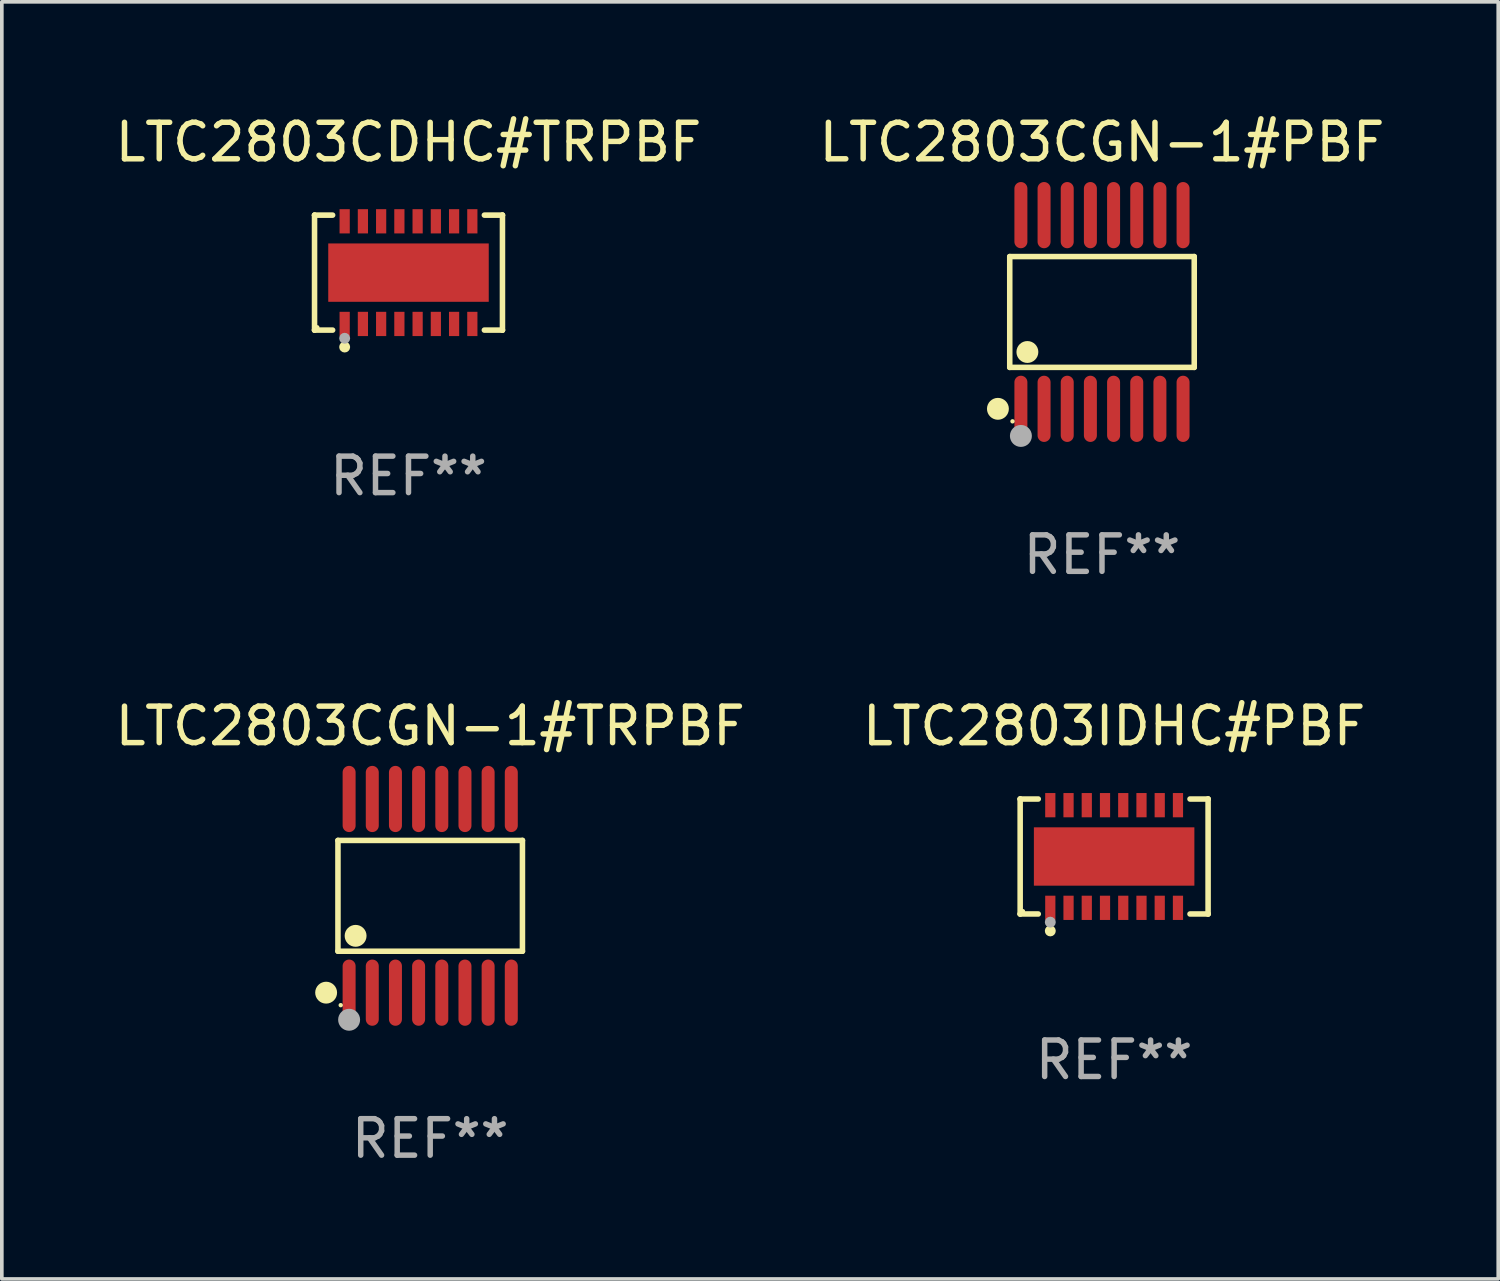
<source format=kicad_pcb>
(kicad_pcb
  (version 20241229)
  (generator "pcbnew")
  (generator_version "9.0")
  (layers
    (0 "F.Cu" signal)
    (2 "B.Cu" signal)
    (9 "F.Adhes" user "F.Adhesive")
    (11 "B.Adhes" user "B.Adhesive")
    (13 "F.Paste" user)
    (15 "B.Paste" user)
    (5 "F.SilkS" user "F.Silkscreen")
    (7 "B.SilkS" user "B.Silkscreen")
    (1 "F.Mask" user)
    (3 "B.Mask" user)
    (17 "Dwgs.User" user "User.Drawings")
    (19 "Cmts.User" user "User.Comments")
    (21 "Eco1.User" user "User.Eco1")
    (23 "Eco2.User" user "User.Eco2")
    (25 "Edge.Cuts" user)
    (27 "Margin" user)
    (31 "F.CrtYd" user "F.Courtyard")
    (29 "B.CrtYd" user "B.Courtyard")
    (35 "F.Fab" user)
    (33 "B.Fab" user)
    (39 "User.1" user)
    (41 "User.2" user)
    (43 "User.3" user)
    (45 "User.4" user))
  (footprint "LTC2803CGN-1#PBF"
    (layer "F.Cu")
    (at 27.161 5.503)
    (property "Reference" "LTC2803CGN-1#PBF" (at 0 -4.655 0) (layer "F.SilkS") (effects (font (size 1 1) (thickness 0.15))))
    (attr through_hole)
    (fp_line (start -2.529 -1.519) (end 2.529 -1.519) (stroke (width 0.152) (type solid)) (layer "F.SilkS"))
    (fp_line (start -2.529 1.519) (end -2.529 -1.519) (stroke (width 0.152) (type solid)) (layer "F.SilkS"))
    (fp_line (start 2.529 -1.519) (end 2.529 1.519) (stroke (width 0.152) (type solid)) (layer "F.SilkS"))
    (fp_line (start 2.529 1.519) (end -2.529 1.519) (stroke (width 0.152) (type solid)) (layer "F.SilkS"))
    (fp_circle (center -2.853 2.655) (end -2.703 2.655) (stroke (width 0.3) (type solid)) (fill no) (layer "F.SilkS"))
    (fp_circle (center -2.453 2.998) (end -2.423 2.998) (stroke (width 0.06) (type solid)) (fill no) (layer "F.SilkS"))
    (fp_circle (center -2.045 1.097) (end -1.895 1.097) (stroke (width 0.3) (type solid)) (fill no) (layer "F.SilkS"))
    (fp_circle (center -2.223 3.398) (end -2.072 3.398) (stroke (width 0.3) (type solid)) (fill no) (layer "F.Fab"))
    (fp_text user "REF**" (at 0 6.655 0) (layer "F.Fab") (effects (font (size 1 1) (thickness 0.15))))
    (pad "1" smd oval (at -2.223 2.655) (size 0.356 1.815) (layers "F.Cu" "F.Mask" "F.Paste"))
    (pad "2" smd oval (at -1.588 2.655) (size 0.356 1.815) (layers "F.Cu" "F.Mask" "F.Paste"))
    (pad "3" smd oval (at -0.953 2.655) (size 0.356 1.815) (layers "F.Cu" "F.Mask" "F.Paste"))
    (pad "4" smd oval (at -0.318 2.655) (size 0.356 1.815) (layers "F.Cu" "F.Mask" "F.Paste"))
    (pad "5" smd oval (at 0.318 2.655) (size 0.356 1.815) (layers "F.Cu" "F.Mask" "F.Paste"))
    (pad "6" smd oval (at 0.953 2.655) (size 0.356 1.815) (layers "F.Cu" "F.Mask" "F.Paste"))
    (pad "7" smd oval (at 1.588 2.655) (size 0.356 1.815) (layers "F.Cu" "F.Mask" "F.Paste"))
    (pad "8" smd oval (at 2.223 2.655) (size 0.356 1.815) (layers "F.Cu" "F.Mask" "F.Paste"))
    (pad "9" smd oval (at 2.223 -2.655) (size 0.356 1.815) (layers "F.Cu" "F.Mask" "F.Paste"))
    (pad "10" smd oval (at 1.588 -2.655) (size 0.356 1.815) (layers "F.Cu" "F.Mask" "F.Paste"))
    (pad "11" smd oval (at 0.953 -2.655) (size 0.356 1.815) (layers "F.Cu" "F.Mask" "F.Paste"))
    (pad "12" smd oval (at 0.318 -2.655) (size 0.356 1.815) (layers "F.Cu" "F.Mask" "F.Paste"))
    (pad "13" smd oval (at -0.318 -2.655) (size 0.356 1.815) (layers "F.Cu" "F.Mask" "F.Paste"))
    (pad "14" smd oval (at -0.953 -2.655) (size 0.356 1.815) (layers "F.Cu" "F.Mask" "F.Paste"))
    (pad "15" smd oval (at -1.588 -2.655) (size 0.356 1.815) (layers "F.Cu" "F.Mask" "F.Paste"))
    (pad "16" smd oval (at -2.223 -2.655) (size 0.356 1.815) (layers "F.Cu" "F.Mask" "F.Paste")))
  (footprint "LTC2803IDHC#PBF"
    (layer "F.Cu")
    (at 27.494 20.431)
    (property "Reference" "LTC2803IDHC#PBF" (at 0 -3.576 0) (layer "F.SilkS") (effects (font (size 1 1) (thickness 0.15))))
    (attr through_hole)
    (fp_line (start -2.576 -1.576) (end -2.576 -1.576) (stroke (width 0.152) (type solid)) (layer "F.SilkS"))
    (fp_line (start -2.576 -1.576) (end -2.08 -1.576) (stroke (width 0.152) (type solid)) (layer "F.SilkS"))
    (fp_line (start -2.576 1.576) (end -2.576 -1.576) (stroke (width 0.152) (type solid)) (layer "F.SilkS"))
    (fp_line (start -2.576 1.576) (end -2.576 1.576) (stroke (width 0.152) (type solid)) (layer "F.SilkS"))
    (fp_line (start -2.08 1.576) (end -2.576 1.576) (stroke (width 0.152) (type solid)) (layer "F.SilkS"))
    (fp_line (start 2.08 1.576) (end 2.576 1.576) (stroke (width 0.152) (type solid)) (layer "F.SilkS"))
    (fp_line (start 2.576 -1.576) (end 2.08 -1.576) (stroke (width 0.152) (type solid)) (layer "F.SilkS"))
    (fp_line (start 2.576 -1.576) (end 2.576 -1.576) (stroke (width 0.152) (type solid)) (layer "F.SilkS"))
    (fp_line (start 2.576 1.576) (end 2.576 -1.576) (stroke (width 0.152) (type solid)) (layer "F.SilkS"))
    (fp_line (start 2.576 1.576) (end 2.576 1.576) (stroke (width 0.152) (type solid)) (layer "F.SilkS"))
    (fp_circle (center -2.5 1.5) (end -2.47 1.5) (stroke (width 0.06) (type solid)) (fill no) (layer "F.SilkS"))
    (fp_circle (center -1.75 2.04) (end -1.675 2.04) (stroke (width 0.15) (type solid)) (fill no) (layer "F.SilkS"))
    (fp_circle (center -1.75 1.8) (end -1.675 1.8) (stroke (width 0.15) (type solid)) (fill no) (layer "F.Fab"))
    (fp_text user "REF**" (at 0 5.576 0) (layer "F.Fab") (effects (font (size 1 1) (thickness 0.15))))
    (pad "1" smd rect (at -1.75 1.407) (size 0.28 0.665) (layers "F.Cu" "F.Mask" "F.Paste"))
    (pad "2" smd rect (at -1.25 1.407) (size 0.28 0.665) (layers "F.Cu" "F.Mask" "F.Paste"))
    (pad "3" smd rect (at -0.75 1.407) (size 0.28 0.665) (layers "F.Cu" "F.Mask" "F.Paste"))
    (pad "4" smd rect (at -0.25 1.407) (size 0.28 0.665) (layers "F.Cu" "F.Mask" "F.Paste"))
    (pad "5" smd rect (at 0.25 1.407) (size 0.28 0.665) (layers "F.Cu" "F.Mask" "F.Paste"))
    (pad "6" smd rect (at 0.75 1.407) (size 0.28 0.665) (layers "F.Cu" "F.Mask" "F.Paste"))
    (pad "7" smd rect (at 1.25 1.407) (size 0.28 0.665) (layers "F.Cu" "F.Mask" "F.Paste"))
    (pad "8" smd rect (at 1.75 1.407) (size 0.28 0.665) (layers "F.Cu" "F.Mask" "F.Paste"))
    (pad "9" smd rect (at 1.75 -1.407) (size 0.28 0.665) (layers "F.Cu" "F.Mask" "F.Paste"))
    (pad "10" smd rect (at 1.25 -1.407) (size 0.28 0.665) (layers "F.Cu" "F.Mask" "F.Paste"))
    (pad "11" smd rect (at 0.75 -1.407) (size 0.28 0.665) (layers "F.Cu" "F.Mask" "F.Paste"))
    (pad "12" smd rect (at 0.25 -1.407) (size 0.28 0.665) (layers "F.Cu" "F.Mask" "F.Paste"))
    (pad "13" smd rect (at -0.25 -1.407) (size 0.28 0.665) (layers "F.Cu" "F.Mask" "F.Paste"))
    (pad "14" smd rect (at -0.75 -1.407) (size 0.28 0.665) (layers "F.Cu" "F.Mask" "F.Paste"))
    (pad "15" smd rect (at -1.25 -1.407) (size 0.28 0.665) (layers "F.Cu" "F.Mask" "F.Paste"))
    (pad "16" smd rect (at -1.75 -1.407) (size 0.28 0.665) (layers "F.Cu" "F.Mask" "F.Paste"))
    (pad "17" smd rect (at 0 0) (size 4.4 1.6) (layers "F.Cu" "F.Mask" "F.Paste")))
  (footprint "LTC2803CGN-1#TRPBF"
    (layer "F.Cu")
    (at 8.744 21.509)
    (property "Reference" "LTC2803CGN-1#TRPBF" (at 0 -4.655 0) (layer "F.SilkS") (effects (font (size 1 1) (thickness 0.15))))
    (attr through_hole)
    (fp_line (start -2.529 -1.519) (end 2.529 -1.519) (stroke (width 0.152) (type solid)) (layer "F.SilkS"))
    (fp_line (start -2.529 1.519) (end -2.529 -1.519) (stroke (width 0.152) (type solid)) (layer "F.SilkS"))
    (fp_line (start 2.529 -1.519) (end 2.529 1.519) (stroke (width 0.152) (type solid)) (layer "F.SilkS"))
    (fp_line (start 2.529 1.519) (end -2.529 1.519) (stroke (width 0.152) (type solid)) (layer "F.SilkS"))
    (fp_circle (center -2.853 2.655) (end -2.703 2.655) (stroke (width 0.3) (type solid)) (fill no) (layer "F.SilkS"))
    (fp_circle (center -2.453 2.998) (end -2.423 2.998) (stroke (width 0.06) (type solid)) (fill no) (layer "F.SilkS"))
    (fp_circle (center -2.045 1.097) (end -1.895 1.097) (stroke (width 0.3) (type solid)) (fill no) (layer "F.SilkS"))
    (fp_circle (center -2.223 3.398) (end -2.072 3.398) (stroke (width 0.3) (type solid)) (fill no) (layer "F.Fab"))
    (fp_text user "REF**" (at 0 6.655 0) (layer "F.Fab") (effects (font (size 1 1) (thickness 0.15))))
    (pad "1" smd oval (at -2.223 2.655) (size 0.356 1.815) (layers "F.Cu" "F.Mask" "F.Paste"))
    (pad "2" smd oval (at -1.588 2.655) (size 0.356 1.815) (layers "F.Cu" "F.Mask" "F.Paste"))
    (pad "3" smd oval (at -0.953 2.655) (size 0.356 1.815) (layers "F.Cu" "F.Mask" "F.Paste"))
    (pad "4" smd oval (at -0.318 2.655) (size 0.356 1.815) (layers "F.Cu" "F.Mask" "F.Paste"))
    (pad "5" smd oval (at 0.318 2.655) (size 0.356 1.815) (layers "F.Cu" "F.Mask" "F.Paste"))
    (pad "6" smd oval (at 0.953 2.655) (size 0.356 1.815) (layers "F.Cu" "F.Mask" "F.Paste"))
    (pad "7" smd oval (at 1.588 2.655) (size 0.356 1.815) (layers "F.Cu" "F.Mask" "F.Paste"))
    (pad "8" smd oval (at 2.223 2.655) (size 0.356 1.815) (layers "F.Cu" "F.Mask" "F.Paste"))
    (pad "9" smd oval (at 2.223 -2.655) (size 0.356 1.815) (layers "F.Cu" "F.Mask" "F.Paste"))
    (pad "10" smd oval (at 1.588 -2.655) (size 0.356 1.815) (layers "F.Cu" "F.Mask" "F.Paste"))
    (pad "11" smd oval (at 0.953 -2.655) (size 0.356 1.815) (layers "F.Cu" "F.Mask" "F.Paste"))
    (pad "12" smd oval (at 0.318 -2.655) (size 0.356 1.815) (layers "F.Cu" "F.Mask" "F.Paste"))
    (pad "13" smd oval (at -0.318 -2.655) (size 0.356 1.815) (layers "F.Cu" "F.Mask" "F.Paste"))
    (pad "14" smd oval (at -0.953 -2.655) (size 0.356 1.815) (layers "F.Cu" "F.Mask" "F.Paste"))
    (pad "15" smd oval (at -1.588 -2.655) (size 0.356 1.815) (layers "F.Cu" "F.Mask" "F.Paste"))
    (pad "16" smd oval (at -2.223 -2.655) (size 0.356 1.815) (layers "F.Cu" "F.Mask" "F.Paste")))
  (footprint "LTC2803CDHC#TRPBF"
    (layer "F.Cu")
    (at 8.149 4.424)
    (property "Reference" "LTC2803CDHC#TRPBF" (at 0 -3.576 0) (layer "F.SilkS") (effects (font (size 1 1) (thickness 0.15))))
    (attr through_hole)
    (fp_line (start -2.576 -1.576) (end -2.576 -1.576) (stroke (width 0.152) (type solid)) (layer "F.SilkS"))
    (fp_line (start -2.576 -1.576) (end -2.08 -1.576) (stroke (width 0.152) (type solid)) (layer "F.SilkS"))
    (fp_line (start -2.576 1.576) (end -2.576 -1.576) (stroke (width 0.152) (type solid)) (layer "F.SilkS"))
    (fp_line (start -2.576 1.576) (end -2.576 1.576) (stroke (width 0.152) (type solid)) (layer "F.SilkS"))
    (fp_line (start -2.08 1.576) (end -2.576 1.576) (stroke (width 0.152) (type solid)) (layer "F.SilkS"))
    (fp_line (start 2.08 1.576) (end 2.576 1.576) (stroke (width 0.152) (type solid)) (layer "F.SilkS"))
    (fp_line (start 2.576 -1.576) (end 2.08 -1.576) (stroke (width 0.152) (type solid)) (layer "F.SilkS"))
    (fp_line (start 2.576 -1.576) (end 2.576 -1.576) (stroke (width 0.152) (type solid)) (layer "F.SilkS"))
    (fp_line (start 2.576 1.576) (end 2.576 -1.576) (stroke (width 0.152) (type solid)) (layer "F.SilkS"))
    (fp_line (start 2.576 1.576) (end 2.576 1.576) (stroke (width 0.152) (type solid)) (layer "F.SilkS"))
    (fp_circle (center -2.5 1.5) (end -2.47 1.5) (stroke (width 0.06) (type solid)) (fill no) (layer "F.SilkS"))
    (fp_circle (center -1.75 2.04) (end -1.675 2.04) (stroke (width 0.15) (type solid)) (fill no) (layer "F.SilkS"))
    (fp_circle (center -1.75 1.8) (end -1.675 1.8) (stroke (width 0.15) (type solid)) (fill no) (layer "F.Fab"))
    (fp_text user "REF**" (at 0 5.576 0) (layer "F.Fab") (effects (font (size 1 1) (thickness 0.15))))
    (pad "1" smd rect (at -1.75 1.407) (size 0.28 0.665) (layers "F.Cu" "F.Mask" "F.Paste"))
    (pad "2" smd rect (at -1.25 1.407) (size 0.28 0.665) (layers "F.Cu" "F.Mask" "F.Paste"))
    (pad "3" smd rect (at -0.75 1.407) (size 0.28 0.665) (layers "F.Cu" "F.Mask" "F.Paste"))
    (pad "4" smd rect (at -0.25 1.407) (size 0.28 0.665) (layers "F.Cu" "F.Mask" "F.Paste"))
    (pad "5" smd rect (at 0.25 1.407) (size 0.28 0.665) (layers "F.Cu" "F.Mask" "F.Paste"))
    (pad "6" smd rect (at 0.75 1.407) (size 0.28 0.665) (layers "F.Cu" "F.Mask" "F.Paste"))
    (pad "7" smd rect (at 1.25 1.407) (size 0.28 0.665) (layers "F.Cu" "F.Mask" "F.Paste"))
    (pad "8" smd rect (at 1.75 1.407) (size 0.28 0.665) (layers "F.Cu" "F.Mask" "F.Paste"))
    (pad "9" smd rect (at 1.75 -1.407) (size 0.28 0.665) (layers "F.Cu" "F.Mask" "F.Paste"))
    (pad "10" smd rect (at 1.25 -1.407) (size 0.28 0.665) (layers "F.Cu" "F.Mask" "F.Paste"))
    (pad "11" smd rect (at 0.75 -1.407) (size 0.28 0.665) (layers "F.Cu" "F.Mask" "F.Paste"))
    (pad "12" smd rect (at 0.25 -1.407) (size 0.28 0.665) (layers "F.Cu" "F.Mask" "F.Paste"))
    (pad "13" smd rect (at -0.25 -1.407) (size 0.28 0.665) (layers "F.Cu" "F.Mask" "F.Paste"))
    (pad "14" smd rect (at -0.75 -1.407) (size 0.28 0.665) (layers "F.Cu" "F.Mask" "F.Paste"))
    (pad "15" smd rect (at -1.25 -1.407) (size 0.28 0.665) (layers "F.Cu" "F.Mask" "F.Paste"))
    (pad "16" smd rect (at -1.75 -1.407) (size 0.28 0.665) (layers "F.Cu" "F.Mask" "F.Paste"))
    (pad "17" smd rect (at 0 0) (size 4.4 1.6) (layers "F.Cu" "F.Mask" "F.Paste")))
  (gr_rect
    (start -3 -3)
    (end 38.024 32.012)
    (stroke (width 0.1) (type default))
    (fill no)
    (layer "Edge.Cuts")))
</source>
